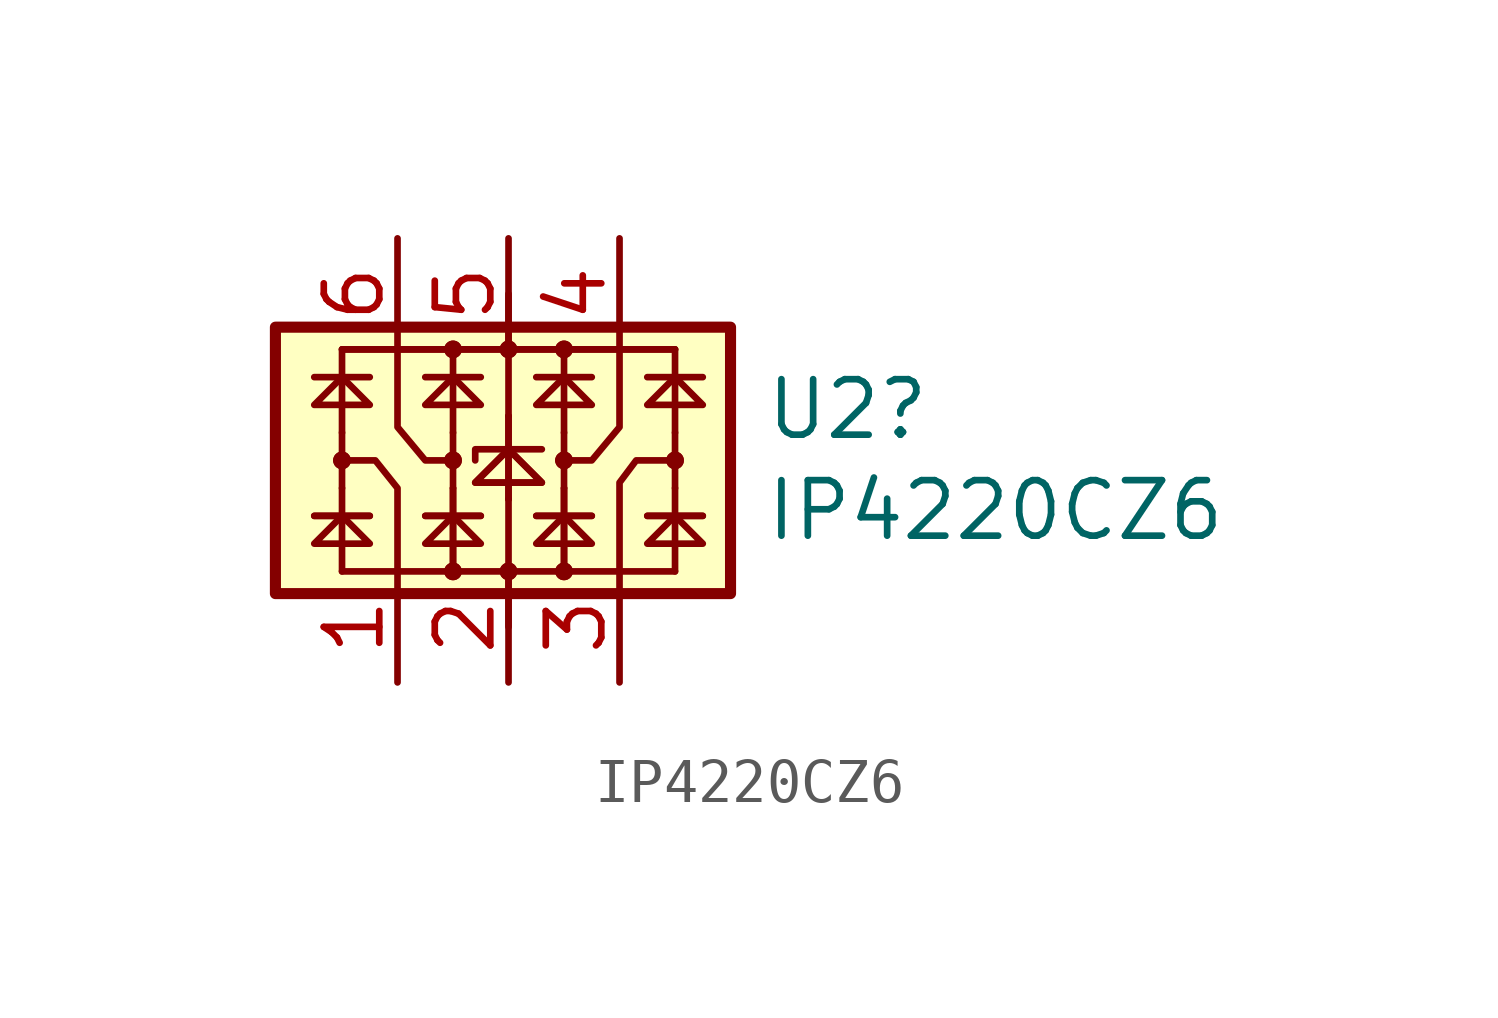
<source format=kicad_sym>
(kicad_symbol_lib
  (version 20211014)
  (generator kicad_symbol_editor)
  (symbol "IP4220CZ6"
    (property "Reference" "U2"
      (at 5.842 1.168 0)
      (effects (font (size 1.27 1.27)) (justify left)))
    (property "Value" "IP4220CZ6"
      (at 5.842 -1.143 0)
      (effects (font (size 1.27 1.27)) (justify left)))
    (symbol "IP4220CZ6_0_1"
      (rectangle (start -5.334 3.048) (end 5.08 -3.048) (stroke (width 0.254) (type default) (color 0 0 0 0)) (fill (type background)))
      (circle (center -3.81 0) (radius 0.127) (stroke (width 0) (type default) (color 0 0 0 0)) (fill (type none)))
      (circle (center -3.81 0) (radius 0.127) (stroke (width 0) (type default) (color 0 0 0 0)) (fill (type none)))
      (circle (center -1.27 -2.54) (radius 0.127) (stroke (width 0) (type default) (color 0 0 0 0)) (fill (type none)))
      (circle (center -1.27 -2.54) (radius 0.127) (stroke (width 0) (type default) (color 0 0 0 0)) (fill (type none)))
      (circle (center -1.27 0) (radius 0.127) (stroke (width 0) (type default) (color 0 0 0 0)) (fill (type none)))
      (circle (center -1.27 0) (radius 0.127) (stroke (width 0) (type default) (color 0 0 0 0)) (fill (type none)))
      (circle (center -1.27 2.54) (radius 0.127) (stroke (width 0) (type default) (color 0 0 0 0)) (fill (type none)))
      (circle (center -1.27 2.54) (radius 0.127) (stroke (width 0) (type default) (color 0 0 0 0)) (fill (type none)))
      (circle (center 0 -2.54) (radius 0.127) (stroke (width 0) (type default) (color 0 0 0 0)) (fill (type none)))
      (circle (center 0 -2.54) (radius 0.127) (stroke (width 0) (type default) (color 0 0 0 0)) (fill (type none)))
      (polyline (pts (xy -4.445 -1.27) (xy -3.175 -1.27)) (stroke (width 0) (type default) (color 0 0 0 0)) (fill (type none)))
      (polyline (pts (xy -4.445 -1.27) (xy -3.175 -1.27)) (stroke (width 0) (type default) (color 0 0 0 0)) (fill (type none)))
      (polyline (pts (xy -4.445 1.905) (xy -3.175 1.905)) (stroke (width 0) (type default) (color 0 0 0 0)) (fill (type none)))
      (polyline (pts (xy -3.81 -2.54) (xy -3.81 -0.635)) (stroke (width 0) (type default) (color 0 0 0 0)) (fill (type none)))
      (polyline (pts (xy -3.81 -2.54) (xy 3.81 -2.54)) (stroke (width 0) (type default) (color 0 0 0 0)) (fill (type none)))
      (polyline (pts (xy -3.81 -0.635) (xy -3.81 0.635)) (stroke (width 0) (type default) (color 0 0 0 0)) (fill (type none)))
      (polyline (pts (xy -3.81 0.635) (xy -3.81 2.54)) (stroke (width 0) (type default) (color 0 0 0 0)) (fill (type none)))
      (polyline (pts (xy -3.81 2.54) (xy 3.81 2.54)) (stroke (width 0) (type default) (color 0 0 0 0)) (fill (type none)))
      (polyline (pts (xy -3.81 2.54) (xy 3.81 2.54)) (stroke (width 0) (type default) (color 0 0 0 0)) (fill (type none)))
      (polyline (pts (xy -1.905 -1.27) (xy -0.635 -1.27)) (stroke (width 0) (type default) (color 0 0 0 0)) (fill (type none)))
      (polyline (pts (xy -1.905 -1.27) (xy -0.635 -1.27)) (stroke (width 0) (type default) (color 0 0 0 0)) (fill (type none)))
      (polyline (pts (xy -1.905 1.905) (xy -0.635 1.905)) (stroke (width 0) (type default) (color 0 0 0 0)) (fill (type none)))
      (polyline (pts (xy -1.27 -2.54) (xy -1.27 -0.635)) (stroke (width 0) (type default) (color 0 0 0 0)) (fill (type none)))
      (polyline (pts (xy -1.27 -2.54) (xy -1.27 -0.635)) (stroke (width 0) (type default) (color 0 0 0 0)) (fill (type none)))
      (polyline (pts (xy -1.27 0.635) (xy -1.27 -0.635)) (stroke (width 0) (type default) (color 0 0 0 0)) (fill (type none)))
      (polyline (pts (xy -1.27 0.635) (xy -1.27 2.54)) (stroke (width 0) (type default) (color 0 0 0 0)) (fill (type none)))
      (polyline (pts (xy 0 -0.889) (xy 0 -3.81)) (stroke (width 0) (type default) (color 0 0 0 0)) (fill (type none)))
      (polyline (pts (xy 0 -0.889) (xy 0 1.016)) (stroke (width 0) (type default) (color 0 0 0 0)) (fill (type none)))
      (polyline (pts (xy 0 -0.889) (xy 0 1.016)) (stroke (width 0) (type default) (color 0 0 0 0)) (fill (type none)))
      (polyline (pts (xy 0 1.016) (xy 0 3.81)) (stroke (width 0) (type default) (color 0 0 0 0)) (fill (type none)))
      (polyline (pts (xy 0.635 -1.27) (xy 1.905 -1.27)) (stroke (width 0) (type default) (color 0 0 0 0)) (fill (type none)))
      (polyline (pts (xy 0.635 -1.27) (xy 1.905 -1.27)) (stroke (width 0) (type default) (color 0 0 0 0)) (fill (type none)))
      (polyline (pts (xy 0.635 1.905) (xy 1.905 1.905)) (stroke (width 0) (type default) (color 0 0 0 0)) (fill (type none)))
      (polyline (pts (xy 1.27 -2.54) (xy 1.27 -0.635)) (stroke (width 0) (type default) (color 0 0 0 0)) (fill (type none)))
      (polyline (pts (xy 1.27 -2.54) (xy 1.27 -0.635)) (stroke (width 0) (type default) (color 0 0 0 0)) (fill (type none)))
      (polyline (pts (xy 1.27 0.635) (xy 1.27 -0.635)) (stroke (width 0) (type default) (color 0 0 0 0)) (fill (type none)))
      (polyline (pts (xy 1.27 0.635) (xy 1.27 2.54)) (stroke (width 0) (type default) (color 0 0 0 0)) (fill (type none)))
      (polyline (pts (xy 3.175 -1.27) (xy 4.445 -1.27)) (stroke (width 0) (type default) (color 0 0 0 0)) (fill (type none)))
      (polyline (pts (xy 3.175 -1.27) (xy 4.445 -1.27)) (stroke (width 0) (type default) (color 0 0 0 0)) (fill (type none)))
      (polyline (pts (xy 3.175 1.905) (xy 4.445 1.905)) (stroke (width 0) (type default) (color 0 0 0 0)) (fill (type none)))
      (polyline (pts (xy 3.81 -2.54) (xy 3.81 -0.635)) (stroke (width 0) (type default) (color 0 0 0 0)) (fill (type none)))
      (polyline (pts (xy 3.81 0.635) (xy 3.81 -0.635)) (stroke (width 0) (type default) (color 0 0 0 0)) (fill (type none)))
      (polyline (pts (xy 3.81 0.635) (xy 3.81 2.54)) (stroke (width 0) (type default) (color 0 0 0 0)) (fill (type none)))
      (polyline (pts (xy 0.762 0.254) (xy -0.762 0.254) (xy -0.762 0)) (stroke (width 0) (type default) (color 0 0 0 0)) (fill (type none)))
      (polyline (pts (xy -4.445 -1.905) (xy -3.175 -1.905) (xy -3.81 -1.27) (xy -4.445 -1.905)) (stroke (width 0) (type default) (color 0 0 0 0)) (fill (type none)))
      (polyline (pts (xy -4.445 1.27) (xy -3.175 1.27) (xy -3.81 1.905) (xy -4.445 1.27)) (stroke (width 0) (type default) (color 0 0 0 0)) (fill (type none)))
      (polyline (pts (xy -2.54 -2.54) (xy -2.54 -0.635) (xy -3.048 0) (xy -3.937 0)) (stroke (width 0) (type default) (color 0 0 0 0)) (fill (type none)))
      (polyline (pts (xy -2.54 2.54) (xy -2.54 0.762) (xy -1.905 0) (xy -1.27 0)) (stroke (width 0) (type default) (color 0 0 0 0)) (fill (type none)))
      (polyline (pts (xy -1.905 -1.905) (xy -0.635 -1.905) (xy -1.27 -1.27) (xy -1.905 -1.905)) (stroke (width 0) (type default) (color 0 0 0 0)) (fill (type none)))
      (polyline (pts (xy -1.905 1.27) (xy -0.635 1.27) (xy -1.27 1.905) (xy -1.905 1.27)) (stroke (width 0) (type default) (color 0 0 0 0)) (fill (type none)))
      (polyline (pts (xy -0.762 -0.508) (xy 0.762 -0.508) (xy 0 0.254) (xy -0.762 -0.508)) (stroke (width 0) (type default) (color 0 0 0 0)) (fill (type none)))
      (polyline (pts (xy -0.762 -0.508) (xy 0.762 -0.508) (xy 0 0.254) (xy -0.762 -0.508)) (stroke (width 0) (type default) (color 0 0 0 0)) (fill (type none)))
      (polyline (pts (xy 0.635 -1.905) (xy 1.905 -1.905) (xy 1.27 -1.27) (xy 0.635 -1.905)) (stroke (width 0) (type default) (color 0 0 0 0)) (fill (type none)))
      (polyline (pts (xy 0.635 1.27) (xy 1.905 1.27) (xy 1.27 1.905) (xy 0.635 1.27)) (stroke (width 0) (type default) (color 0 0 0 0)) (fill (type none)))
      (polyline (pts (xy 2.54 -2.54) (xy 2.54 -0.508) (xy 2.921 0) (xy 3.81 0)) (stroke (width 0) (type default) (color 0 0 0 0)) (fill (type none)))
      (polyline (pts (xy 2.54 2.54) (xy 2.54 0.762) (xy 1.905 0) (xy 1.143 0)) (stroke (width 0) (type default) (color 0 0 0 0)) (fill (type none)))
      (polyline (pts (xy 3.175 -1.905) (xy 4.445 -1.905) (xy 3.81 -1.27) (xy 3.175 -1.905)) (stroke (width 0) (type default) (color 0 0 0 0)) (fill (type none)))
      (polyline (pts (xy 3.175 1.27) (xy 4.445 1.27) (xy 3.81 1.905) (xy 3.175 1.27)) (stroke (width 0) (type default) (color 0 0 0 0)) (fill (type none)))
      (circle (center 0 2.54) (radius 0.127) (stroke (width 0) (type default) (color 0 0 0 0)) (fill (type none)))
      (circle (center 0 2.54) (radius 0.127) (stroke (width 0) (type default) (color 0 0 0 0)) (fill (type none)))
      (circle (center 1.27 -2.54) (radius 0.127) (stroke (width 0) (type default) (color 0 0 0 0)) (fill (type none)))
      (circle (center 1.27 -2.54) (radius 0.127) (stroke (width 0) (type default) (color 0 0 0 0)) (fill (type none)))
      (circle (center 1.27 0) (radius 0.127) (stroke (width 0) (type default) (color 0 0 0 0)) (fill (type none)))
      (circle (center 1.27 0) (radius 0.127) (stroke (width 0) (type default) (color 0 0 0 0)) (fill (type none)))
      (circle (center 1.27 2.54) (radius 0.127) (stroke (width 0) (type default) (color 0 0 0 0)) (fill (type none)))
      (circle (center 1.27 2.54) (radius 0.127) (stroke (width 0) (type default) (color 0 0 0 0)) (fill (type none)))
      (circle (center 3.81 0) (radius 0.127) (stroke (width 0) (type default) (color 0 0 0 0)) (fill (type none)))
      (circle (center 3.81 0) (radius 0.127) (stroke (width 0) (type default) (color 0 0 0 0)) (fill (type none))))
    (symbol "IP4220CZ6_1_1"
      (pin passive line (at -2.54 -5.08 90) (length 2.54) (name "~" (effects (font (size 1.27 1.27)))) (number "1" (effects (font (size 1.27 1.27)))))
      (pin passive line (at 0 -5.08 90) (length 2.54) (name "~" (effects (font (size 1.27 1.27)))) (number "2" (effects (font (size 1.27 1.27)))))
      (pin passive line (at 2.54 -5.08 90) (length 2.54) (name "~" (effects (font (size 1.27 1.27)))) (number "3" (effects (font (size 1.27 1.27)))))
      (pin passive line (at 2.54 5.08 270) (length 2.54) (name "~" (effects (font (size 1.27 1.27)))) (number "4" (effects (font (size 1.27 1.27)))))
      (pin passive line (at 0 5.08 270) (length 2.54) (name "~" (effects (font (size 1.27 1.27)))) (number "5" (effects (font (size 1.27 1.27)))))
      (pin passive line (at -2.54 5.08 270) (length 2.54) (name "~" (effects (font (size 1.27 1.27)))) (number "6" (effects (font (size 1.27 1.27))))))))
</source>
